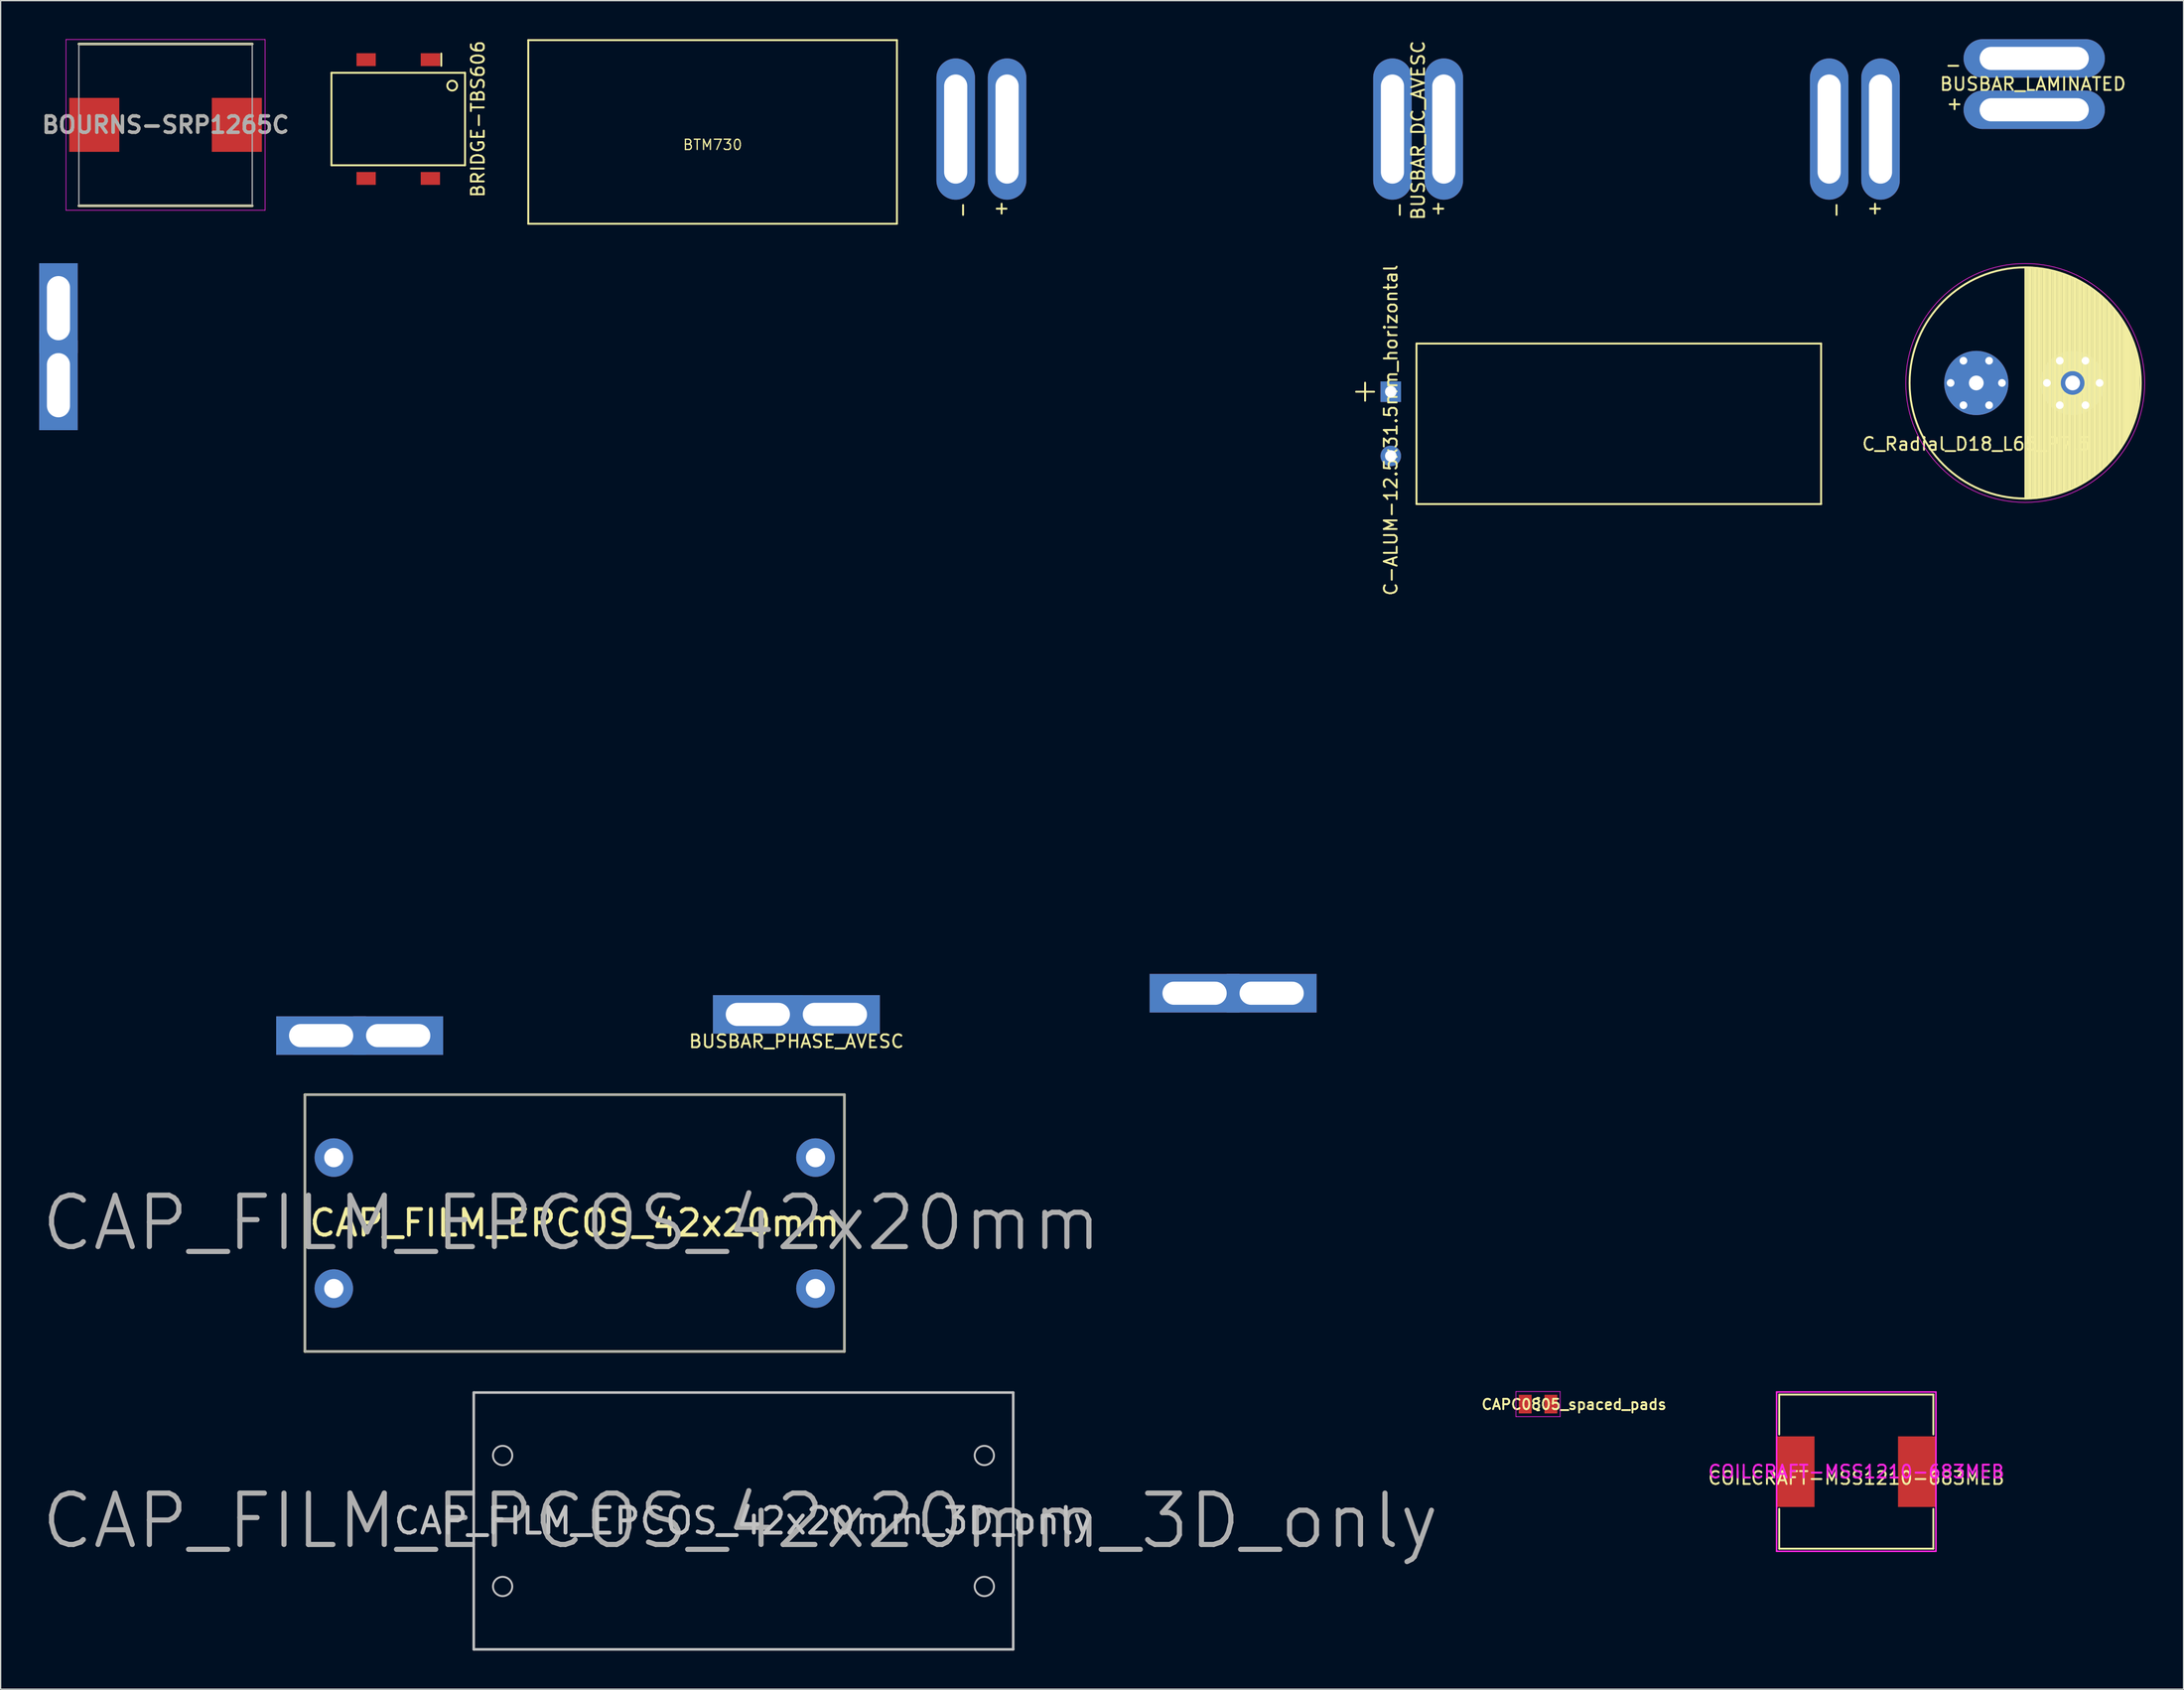
<source format=kicad_pcb>
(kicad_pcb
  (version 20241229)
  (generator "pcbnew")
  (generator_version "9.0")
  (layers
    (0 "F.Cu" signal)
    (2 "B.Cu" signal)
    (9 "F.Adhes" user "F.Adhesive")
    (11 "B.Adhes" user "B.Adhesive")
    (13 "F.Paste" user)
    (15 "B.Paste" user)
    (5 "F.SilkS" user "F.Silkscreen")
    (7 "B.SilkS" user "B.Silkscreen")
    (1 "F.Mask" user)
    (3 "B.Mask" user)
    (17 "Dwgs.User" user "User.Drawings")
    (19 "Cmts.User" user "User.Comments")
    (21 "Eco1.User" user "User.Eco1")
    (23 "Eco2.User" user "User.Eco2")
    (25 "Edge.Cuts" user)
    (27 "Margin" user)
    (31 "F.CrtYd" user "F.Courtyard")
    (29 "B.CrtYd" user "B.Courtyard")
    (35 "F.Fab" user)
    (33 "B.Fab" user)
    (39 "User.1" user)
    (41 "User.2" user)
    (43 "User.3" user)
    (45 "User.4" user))
  (footprint "CAP_FILM_EPCOS_42x20mm_3D_only"
    (layer "F.Cu")
    (at 54.831 115.4)
    (property "Reference" "CAP_FILM_EPCOS_42x20mm_3D_only" (at 0 0 0) (layer "Dwgs.User") (effects (font (size 2 2) (thickness 0.3))))
    (attr through_hole)
    (fp_line (start -21 -10) (end 21 -10) (stroke (width 0.2) (type solid)) (layer "Dwgs.User"))
    (fp_line (start -21 10) (end -21 -10) (stroke (width 0.2) (type solid)) (layer "Dwgs.User"))
    (fp_line (start 21 -10) (end 21 10) (stroke (width 0.2) (type solid)) (layer "Dwgs.User"))
    (fp_line (start 21 10) (end -21 10) (stroke (width 0.2) (type solid)) (layer "Dwgs.User"))
    (fp_circle (center -18.75 -5.1) (end -18 -5.05) (stroke (width 0.15) (type solid)) (fill no) (layer "Dwgs.User"))
    (fp_circle (center -18.75 5.1) (end -18 5.1) (stroke (width 0.15) (type solid)) (fill no) (layer "Dwgs.User"))
    (fp_circle (center 18.75 -5.1) (end 19.5 -5.1) (stroke (width 0.15) (type solid)) (fill no) (layer "Dwgs.User"))
    (fp_circle (center 18.75 5.1) (end 19.5 5.15) (stroke (width 0.15) (type solid)) (fill no) (layer "Dwgs.User"))
    (fp_text user "${REFERENCE}" (at -0.25 0 0) (layer "F.Fab") (effects (font (size 4 4) (thickness 0.4)))))
  (footprint "BRIDGE-TBS606"
    (layer "F.Cu")
    (at 27.954 6.22)
    (property "Reference" "BRIDGE-TBS606" (at 6.2 0 270) (layer "F.SilkS") (effects (font (size 1 1) (thickness 0.15))))
    (attr through_hole)
    (fp_line (start -5.2 -3.6) (end 5.2 -3.6) (stroke (width 0.15) (type solid)) (layer "F.SilkS"))
    (fp_line (start -5.2 3.6) (end -5.2 -3.6) (stroke (width 0.15) (type solid)) (layer "F.SilkS"))
    (fp_line (start 3.35 -5.1) (end 3.35 -4.15) (stroke (width 0.15) (type solid)) (layer "F.SilkS"))
    (fp_line (start 5.2 -3.6) (end 5.2 3.6) (stroke (width 0.15) (type solid)) (layer "F.SilkS"))
    (fp_line (start 5.2 3.6) (end -5.2 3.6) (stroke (width 0.15) (type solid)) (layer "F.SilkS"))
    (fp_circle (center 4.2 -2.6) (end 4.55 -2.45) (stroke (width 0.15) (type solid)) (fill no) (layer "F.SilkS"))
    (pad "1" smd rect (at 2.5 -4.625 90) (size 1 1.5) (layers "F.Cu" "F.Mask" "F.Paste"))
    (pad "2" smd rect (at -2.5 -4.625 90) (size 1 1.5) (layers "F.Cu" "F.Mask" "F.Paste"))
    (pad "3" smd rect (at -2.5 4.625 90) (size 1 1.5) (layers "F.Cu" "F.Mask" "F.Paste"))
    (pad "4" smd rect (at 2.5 4.625 90) (size 1 1.5) (layers "F.Cu" "F.Mask" "F.Paste")))
  (footprint "C_Radial_D18_L65_P7.5"
    (layer "F.Cu")
    (at 154.556 26.775)
    (property "Reference" "C_Radial_D18_L65_P7.5" (at -3.75 4.75 0) (layer "F.SilkS") (effects (font (size 1 1) (thickness 0.15))))
    (attr through_hole)
    (fp_line (start 0.075 -9) (end 0.075 9) (stroke (width 0.15) (type solid)) (layer "F.SilkS"))
    (fp_line (start 0.215 -8.997) (end 0.215 8.997) (stroke (width 0.15) (type solid)) (layer "F.SilkS"))
    (fp_line (start 0.355 -8.992) (end 0.355 8.992) (stroke (width 0.15) (type solid)) (layer "F.SilkS"))
    (fp_line (start 0.495 -8.985) (end 0.495 8.985) (stroke (width 0.15) (type solid)) (layer "F.SilkS"))
    (fp_line (start 0.635 -8.975) (end 0.635 8.975) (stroke (width 0.15) (type solid)) (layer "F.SilkS"))
    (fp_line (start 0.775 -8.962) (end 0.775 8.962) (stroke (width 0.15) (type solid)) (layer "F.SilkS"))
    (fp_line (start 0.915 -8.948) (end 0.915 8.948) (stroke (width 0.15) (type solid)) (layer "F.SilkS"))
    (fp_line (start 1.055 -8.93) (end 1.055 8.93) (stroke (width 0.15) (type solid)) (layer "F.SilkS"))
    (fp_line (start 1.195 -8.91) (end 1.195 8.91) (stroke (width 0.15) (type solid)) (layer "F.SilkS"))
    (fp_line (start 1.335 -8.888) (end 1.335 8.888) (stroke (width 0.15) (type solid)) (layer "F.SilkS"))
    (fp_line (start 1.475 -8.863) (end 1.475 8.863) (stroke (width 0.15) (type solid)) (layer "F.SilkS"))
    (fp_line (start 1.615 -8.835) (end 1.615 8.835) (stroke (width 0.15) (type solid)) (layer "F.SilkS"))
    (fp_line (start 1.755 -8.805) (end 1.755 8.805) (stroke (width 0.15) (type solid)) (layer "F.SilkS"))
    (fp_line (start 1.895 -8.772) (end 1.895 8.772) (stroke (width 0.15) (type solid)) (layer "F.SilkS"))
    (fp_line (start 2.035 -8.737) (end 2.035 8.737) (stroke (width 0.15) (type solid)) (layer "F.SilkS"))
    (fp_line (start 2.175 -8.699) (end 2.175 8.699) (stroke (width 0.15) (type solid)) (layer "F.SilkS"))
    (fp_line (start 2.315 -8.658) (end 2.315 8.658) (stroke (width 0.15) (type solid)) (layer "F.SilkS"))
    (fp_line (start 2.455 -8.614) (end 2.455 8.614) (stroke (width 0.15) (type solid)) (layer "F.SilkS"))
    (fp_line (start 2.595 -8.567) (end 2.595 8.567) (stroke (width 0.15) (type solid)) (layer "F.SilkS"))
    (fp_line (start 2.735 -8.518) (end 2.735 8.518) (stroke (width 0.15) (type solid)) (layer "F.SilkS"))
    (fp_line (start 2.875 -8.466) (end 2.875 -0.484) (stroke (width 0.15) (type solid)) (layer "F.SilkS"))
    (fp_line (start 2.875 0.484) (end 2.875 8.466) (stroke (width 0.15) (type solid)) (layer "F.SilkS"))
    (fp_line (start 3.015 -8.45) (end 3.015 -0.678) (stroke (width 0.15) (type solid)) (layer "F.SilkS"))
    (fp_line (start 3.015 0.678) (end 3.015 8.41) (stroke (width 0.15) (type solid)) (layer "F.SilkS"))
    (fp_line (start 3.155 -8.4) (end 3.155 -0.804) (stroke (width 0.15) (type solid)) (layer "F.SilkS"))
    (fp_line (start 3.155 0.804) (end 3.155 8.38) (stroke (width 0.15) (type solid)) (layer "F.SilkS"))
    (fp_line (start 3.295 -8.35) (end 3.295 -0.89) (stroke (width 0.15) (type solid)) (layer "F.SilkS"))
    (fp_line (start 3.295 0.89) (end 3.295 8.35) (stroke (width 0.15) (type solid)) (layer "F.SilkS"))
    (fp_line (start 3.435 -8.25) (end 3.435 -0.949) (stroke (width 0.15) (type solid)) (layer "F.SilkS"))
    (fp_line (start 3.435 0.949) (end 3.435 8.33) (stroke (width 0.15) (type solid)) (layer "F.SilkS"))
    (fp_line (start 3.575 -8.25) (end 3.575 -0.985) (stroke (width 0.15) (type solid)) (layer "F.SilkS"))
    (fp_line (start 3.575 0.985) (end 3.575 8.28) (stroke (width 0.15) (type solid)) (layer "F.SilkS"))
    (fp_line (start 3.715 -8.185) (end 3.715 -0.999) (stroke (width 0.15) (type solid)) (layer "F.SilkS"))
    (fp_line (start 3.715 0.999) (end 3.715 8.2) (stroke (width 0.15) (type solid)) (layer "F.SilkS"))
    (fp_line (start 3.855 -8.15) (end 3.855 -0.994) (stroke (width 0.15) (type solid)) (layer "F.SilkS"))
    (fp_line (start 3.855 0.994) (end 3.855 8.15) (stroke (width 0.15) (type solid)) (layer "F.SilkS"))
    (fp_line (start 3.995 -8.1) (end 3.995 -0.97) (stroke (width 0.15) (type solid)) (layer "F.SilkS"))
    (fp_line (start 3.995 0.97) (end 3.995 8.05) (stroke (width 0.15) (type solid)) (layer "F.SilkS"))
    (fp_line (start 4.135 -8) (end 4.135 -0.923) (stroke (width 0.15) (type solid)) (layer "F.SilkS"))
    (fp_line (start 4.135 0.923) (end 4.135 7.95) (stroke (width 0.15) (type solid)) (layer "F.SilkS"))
    (fp_line (start 4.275 -7.9) (end 4.275 -0.851) (stroke (width 0.15) (type solid)) (layer "F.SilkS"))
    (fp_line (start 4.275 0.851) (end 4.275 7.87) (stroke (width 0.15) (type solid)) (layer "F.SilkS"))
    (fp_line (start 4.415 -7.8) (end 4.415 -0.747) (stroke (width 0.15) (type solid)) (layer "F.SilkS"))
    (fp_line (start 4.415 0.747) (end 4.415 7.85) (stroke (width 0.15) (type solid)) (layer "F.SilkS"))
    (fp_line (start 4.555 -7.75) (end 4.555 -0.593) (stroke (width 0.15) (type solid)) (layer "F.SilkS"))
    (fp_line (start 4.555 0.593) (end 4.555 7.78) (stroke (width 0.15) (type solid)) (layer "F.SilkS"))
    (fp_line (start 4.695 -7.7) (end 4.695 -0.327) (stroke (width 0.15) (type solid)) (layer "F.SilkS"))
    (fp_line (start 4.695 0.327) (end 4.695 7.7) (stroke (width 0.15) (type solid)) (layer "F.SilkS"))
    (fp_line (start 4.835 -7.6) (end 4.835 7.6) (stroke (width 0.15) (type solid)) (layer "F.SilkS"))
    (fp_line (start 4.975 -7.5) (end 4.975 7.5) (stroke (width 0.15) (type solid)) (layer "F.SilkS"))
    (fp_line (start 5.115 -7.4) (end 5.115 7.4) (stroke (width 0.15) (type solid)) (layer "F.SilkS"))
    (fp_line (start 5.255 -7.3) (end 5.255 7.3) (stroke (width 0.15) (type solid)) (layer "F.SilkS"))
    (fp_line (start 5.395 -7.2) (end 5.395 7.2) (stroke (width 0.15) (type solid)) (layer "F.SilkS"))
    (fp_line (start 5.535 -7.1) (end 5.535 7.1) (stroke (width 0.15) (type solid)) (layer "F.SilkS"))
    (fp_line (start 5.675 -7) (end 5.675 7) (stroke (width 0.15) (type solid)) (layer "F.SilkS"))
    (fp_line (start 5.815 -6.9) (end 5.815 6.9) (stroke (width 0.15) (type solid)) (layer "F.SilkS"))
    (fp_line (start 5.955 -6.8) (end 5.955 6.8) (stroke (width 0.15) (type solid)) (layer "F.SilkS"))
    (fp_line (start 6.095 -6.6) (end 6.095 6.6) (stroke (width 0.15) (type solid)) (layer "F.SilkS"))
    (fp_line (start 6.235 -6.5) (end 6.235 6.5) (stroke (width 0.15) (type solid)) (layer "F.SilkS"))
    (fp_line (start 6.375 -6.4) (end 6.375 6.4) (stroke (width 0.15) (type solid)) (layer "F.SilkS"))
    (fp_line (start 6.515 -6.2) (end 6.515 6.2) (stroke (width 0.15) (type solid)) (layer "F.SilkS"))
    (fp_line (start 6.655 -6.1) (end 6.655 6.1) (stroke (width 0.15) (type solid)) (layer "F.SilkS"))
    (fp_line (start 6.795 -5.9) (end 6.795 5.9) (stroke (width 0.15) (type solid)) (layer "F.SilkS"))
    (fp_line (start 6.935 -5.8) (end 6.935 5.8) (stroke (width 0.15) (type solid)) (layer "F.SilkS"))
    (fp_line (start 7.075 -5.6) (end 7.075 5.6) (stroke (width 0.15) (type solid)) (layer "F.SilkS"))
    (fp_line (start 7.215 -5.45) (end 7.215 5.45) (stroke (width 0.15) (type solid)) (layer "F.SilkS"))
    (fp_line (start 7.355 -5.25) (end 7.355 5.25) (stroke (width 0.15) (type solid)) (layer "F.SilkS"))
    (fp_line (start 7.495 -5.05) (end 7.495 5.05) (stroke (width 0.15) (type solid)) (layer "F.SilkS"))
    (fp_line (start 7.635 -4.8) (end 7.635 4.8) (stroke (width 0.15) (type solid)) (layer "F.SilkS"))
    (fp_line (start 7.775 -4.6) (end 7.775 4.6) (stroke (width 0.15) (type solid)) (layer "F.SilkS"))
    (fp_line (start 7.909 4.394) (end 7.909 -4.318) (stroke (width 0.15) (type solid)) (layer "F.SilkS"))
    (fp_line (start 8.036 4.14) (end 8.036 -4.115) (stroke (width 0.15) (type solid)) (layer "F.SilkS"))
    (fp_line (start 8.163 -3.886) (end 8.163 3.835) (stroke (width 0.15) (type solid)) (layer "F.SilkS"))
    (fp_line (start 8.29 3.581) (end 8.29 -3.556) (stroke (width 0.15) (type solid)) (layer "F.SilkS"))
    (fp_line (start 8.417 -3.277) (end 8.417 3.251) (stroke (width 0.15) (type solid)) (layer "F.SilkS"))
    (fp_line (start 8.544 2.946) (end 8.544 -2.896) (stroke (width 0.15) (type solid)) (layer "F.SilkS"))
    (fp_line (start 8.671 -2.591) (end 8.671 2.489) (stroke (width 0.15) (type solid)) (layer "F.SilkS"))
    (fp_line (start 8.798 2.083) (end 8.772 -2.057) (stroke (width 0.15) (type solid)) (layer "F.SilkS"))
    (fp_line (start 8.899 -1.473) (end 8.925 1.346) (stroke (width 0.15) (type solid)) (layer "F.SilkS"))
    (fp_circle (center 0.06 0) (end 0.06 -9) (stroke (width 0.15) (type solid)) (fill no) (layer "F.SilkS"))
    (fp_circle (center 3.75 0) (end 3.75 -1) (stroke (width 0.15) (type solid)) (fill no) (layer "F.SilkS"))
    (fp_circle (center 0.06 0) (end 0.06 -9.3) (stroke (width 0.05) (type solid)) (fill no) (layer "F.CrtYd"))
    (pad "1" thru_hole circle (at -5.75 0) (size 0.8 0.8) (drill 0.6) (layers "*.Cu" "*.Mask"))
    (pad "1" thru_hole circle (at -4.75 -1.732) (size 0.8 0.8) (drill 0.6) (layers "*.Cu" "*.Mask"))
    (pad "1" thru_hole circle (at -4.75 1.732) (size 0.8 0.8) (drill 0.6) (layers "*.Cu" "*.Mask"))
    (pad "1" thru_hole circle (at -3.75 0) (size 5 5) (drill 1.15) (layers "*.Cu" "*.Mask"))
    (pad "1" thru_hole circle (at -2.75 -1.732) (size 0.8 0.8) (drill 0.6) (layers "*.Cu" "*.Mask"))
    (pad "1" thru_hole circle (at -2.75 1.732) (size 0.8 0.8) (drill 0.6) (layers "*.Cu" "*.Mask"))
    (pad "1" thru_hole circle (at -1.75 0) (size 0.8 0.8) (drill 0.6) (layers "*.Cu" "*.Mask"))
    (pad "2" thru_hole circle (at 1.75 0) (size 0.8 0.8) (drill 0.6) (layers "*.Cu" "*.Mask"))
    (pad "2" thru_hole circle (at 2.75 -1.732) (size 0.8 0.8) (drill 0.6) (layers "*.Cu" "*.Mask"))
    (pad "2" thru_hole circle (at 2.75 1.732) (size 0.8 0.8) (drill 0.6) (layers "*.Cu" "*.Mask"))
    (pad "2" thru_hole circle (at 3.75 0) (size 5 5) (drill 1.15) (layers "*.Cu" "*.Mask"))
    (pad "2" thru_hole circle (at 4.75 -1.732) (size 0.8 0.8) (drill 0.6) (layers "*.Cu" "*.Mask"))
    (pad "2" thru_hole circle (at 4.75 1.732) (size 0.8 0.8) (drill 0.6) (layers "*.Cu" "*.Mask"))
    (pad "2" thru_hole circle (at 5.85 0) (size 0.8 0.8) (drill 0.6) (layers "*.Cu" "*.Mask")))
  (footprint "CAPC0805_spaced_pads"
    (layer "F.Cu")
    (at 116.688 106.3)
    (property "Reference" "CAPC0805_spaced_pads" (at 2.8 0.025 0) (layer "F.SilkS") (effects (font (size 0.8 0.8) (thickness 0.15))))
    (attr smd)
    (fp_line (start -0.071 -0.471) (end 0.071 -0.471) (stroke (width 0.15) (type solid)) (layer "F.SilkS"))
    (fp_line (start -0.071 0.471) (end 0.071 0.471) (stroke (width 0.15) (type solid)) (layer "F.SilkS"))
    (fp_line (start 0.071 -0.471) (end -0.071 -0.471) (stroke (width 0.15) (type solid)) (layer "F.SilkS"))
    (fp_line (start 0.071 0.471) (end -0.071 0.471) (stroke (width 0.15) (type solid)) (layer "F.SilkS"))
    (fp_line (start -1.725 -0.975) (end 1.725 -0.975) (stroke (width 0.05) (type solid)) (layer "F.CrtYd"))
    (fp_line (start -1.725 0.975) (end -1.725 -0.975) (stroke (width 0.05) (type solid)) (layer "F.CrtYd"))
    (fp_line (start 1.725 -0.975) (end 1.725 0.975) (stroke (width 0.05) (type solid)) (layer "F.CrtYd"))
    (fp_line (start 1.725 0.975) (end -1.725 0.975) (stroke (width 0.05) (type solid)) (layer "F.CrtYd"))
    (pad "1" smd rect (at -1 0) (size 1 1.45) (layers "F.Cu" "F.Mask" "F.Paste"))
    (pad "2" smd rect (at 1 0) (size 1 1.45) (layers "F.Cu" "F.Mask" "F.Paste")))
  (footprint "BOURNS-SRP1265C"
    (layer "F.Cu")
    (at 9.839 6.675)
    (property "Reference" "BOURNS-SRP1265C" (at 0 0 0) (layer "F.SilkS") (effects (font (size 1.27 1.27) (thickness 0.254))))
    (attr smd)
    (fp_line (start -6.75 6.3) (end 6.75 6.3) (stroke (width 0.2) (type solid)) (layer "F.SilkS"))
    (fp_line (start 6.75 -6.3) (end -6.75 -6.3) (stroke (width 0.2) (type solid)) (layer "F.SilkS"))
    (fp_line (start -7.75 -6.65) (end 7.75 -6.65) (stroke (width 0.05) (type solid)) (layer "F.CrtYd"))
    (fp_line (start -7.75 6.65) (end -7.75 -6.65) (stroke (width 0.05) (type solid)) (layer "F.CrtYd"))
    (fp_line (start 7.75 -6.65) (end 7.75 6.65) (stroke (width 0.05) (type solid)) (layer "F.CrtYd"))
    (fp_line (start 7.75 6.65) (end -7.75 6.65) (stroke (width 0.05) (type solid)) (layer "F.CrtYd"))
    (fp_line (start -6.75 -6.3) (end 6.75 -6.3) (stroke (width 0.1) (type solid)) (layer "F.Fab"))
    (fp_line (start -6.75 6.3) (end -6.75 -6.3) (stroke (width 0.1) (type solid)) (layer "F.Fab"))
    (fp_line (start 6.75 -6.3) (end 6.75 6.3) (stroke (width 0.1) (type solid)) (layer "F.Fab"))
    (fp_line (start 6.75 6.3) (end -6.75 6.3) (stroke (width 0.1) (type solid)) (layer "F.Fab"))
    (fp_text user "${REFERENCE}" (at 0 0 0) (layer "F.Fab") (effects (font (size 1.27 1.27) (thickness 0.254))))
    (pad "1" smd rect (at -5.55 0) (size 3.9 4.2) (layers "F.Cu" "F.Mask" "F.Paste"))
    (pad "2" smd rect (at 5.55 0) (size 3.9 4.2) (layers "F.Cu" "F.Mask" "F.Paste")))
  (footprint "BTM730"
    (layer "F.Cu")
    (at 52.427 7.725)
    (property "Reference" "BTM730" (at 0 0.5 0) (layer "F.SilkS") (effects (font (size 0.8 0.8) (thickness 0.1))))
    (attr through_hole)
    (fp_line (start -14.35 -7.65) (end 14.35 -7.65) (stroke (width 0.15) (type solid)) (layer "F.SilkS"))
    (fp_line (start -14.35 6.65) (end -14.35 -7.65) (stroke (width 0.15) (type solid)) (layer "F.SilkS"))
    (fp_line (start 14.35 -7.65) (end 14.35 6.65) (stroke (width 0.15) (type solid)) (layer "F.SilkS"))
    (fp_line (start 14.35 6.65) (end -14.35 6.65) (stroke (width 0.15) (type solid)) (layer "F.SilkS")))
  (footprint "COILCRAFT-MSS1210-683MEB"
    (layer "F.Cu")
    (at 141.463 111.56)
    (property "Reference" "COILCRAFT-MSS1210-683MEB" (at 0 0.5 0) (layer "F.SilkS") (effects (font (size 1 1) (thickness 0.15))))
    (attr smd)
    (fp_line (start -6 -6) (end -6 -2.9) (stroke (width 0.15) (type solid)) (layer "F.SilkS"))
    (fp_line (start -6 -6) (end 6 -6) (stroke (width 0.15) (type solid)) (layer "F.SilkS"))
    (fp_line (start -6 6) (end -6 2.9) (stroke (width 0.15) (type solid)) (layer "F.SilkS"))
    (fp_line (start 6 -6) (end 6 -2.9) (stroke (width 0.15) (type solid)) (layer "F.SilkS"))
    (fp_line (start 6 2.9) (end 6 6) (stroke (width 0.15) (type solid)) (layer "F.SilkS"))
    (fp_line (start 6 6) (end -6 6) (stroke (width 0.15) (type solid)) (layer "F.SilkS"))
    (fp_line (start -6.2 -6.2) (end -6.2 6.2) (stroke (width 0.12) (type solid)) (layer "F.CrtYd"))
    (fp_line (start -6.2 6.2) (end 6.2 6.2) (stroke (width 0.12) (type solid)) (layer "F.CrtYd"))
    (fp_line (start 6.2 -6.2) (end -6.2 -6.2) (stroke (width 0.12) (type solid)) (layer "F.CrtYd"))
    (fp_line (start 6.2 6.2) (end 6.2 -6.2) (stroke (width 0.12) (type solid)) (layer "F.CrtYd"))
    (fp_text user "${REFERENCE}" (at 0 0 0) (layer "F.CrtYd") (effects (font (size 1 1) (thickness 0.15))))
    (pad "1" smd rect (at -4.75 0) (size 3 5.5) (layers "F.Cu" "F.Mask" "F.Paste"))
    (pad "2" smd rect (at 4.75 0) (size 3 5.5) (layers "F.Cu" "F.Mask" "F.Paste")))
  (footprint "CAP_FILM_EPCOS_42x20mm"
    (layer "F.Cu")
    (at 41.688 92.2)
    (property "Reference" "CAP_FILM_EPCOS_42x20mm" (at 0 0 0) (layer "F.SilkS") (effects (font (size 2 2) (thickness 0.3))))
    (attr through_hole)
    (fp_line (start -21 -10) (end 21 -10) (stroke (width 0.2) (type solid)) (layer "F.SilkS"))
    (fp_line (start -21 10) (end -21 -10) (stroke (width 0.2) (type solid)) (layer "F.SilkS"))
    (fp_line (start 21 -10) (end 21 10) (stroke (width 0.2) (type solid)) (layer "F.SilkS"))
    (fp_line (start 21 10) (end -21 10) (stroke (width 0.2) (type solid)) (layer "F.SilkS"))
    (fp_line (start -21 -10) (end 21 -10) (stroke (width 0.15) (type solid)) (layer "F.Fab"))
    (fp_line (start -21 10) (end -21 -10) (stroke (width 0.15) (type solid)) (layer "F.Fab"))
    (fp_line (start 21 -10) (end 21 10) (stroke (width 0.15) (type solid)) (layer "F.Fab"))
    (fp_line (start 21 10) (end -21 10) (stroke (width 0.15) (type solid)) (layer "F.Fab"))
    (fp_text user "${REFERENCE}" (at -0.25 0 0) (layer "F.Fab") (effects (font (size 4 4) (thickness 0.4))))
    (pad "1" thru_hole circle (at -18.75 -5.1) (size 3 3) (drill 1.5) (layers "*.Cu" "*.Mask"))
    (pad "1" thru_hole circle (at -18.75 5.1) (size 3 3) (drill 1.5) (layers "*.Cu" "*.Mask"))
    (pad "2" thru_hole circle (at 18.75 -5.1) (size 3 3) (drill 1.5) (layers "*.Cu" "*.Mask"))
    (pad "2" thru_hole circle (at 18.75 5.1) (size 3 3) (drill 1.5) (layers "*.Cu" "*.Mask")))
  (footprint "C-ALUM-12.5x31.5mm_horizontal"
    (layer "F.Cu")
    (at 105.225 29.956)
    (property "Reference" "C-ALUM-12.5x31.5mm_horizontal" (at 0 0.5 90) (layer "F.SilkS") (effects (font (size 1 1) (thickness 0.15))))
    (attr through_hole)
    (fp_line (start -2 -3.2) (end -2 -1.8) (stroke (width 0.15) (type solid)) (layer "F.SilkS"))
    (fp_line (start -1.3 -2.5) (end -2.7 -2.5) (stroke (width 0.15) (type solid)) (layer "F.SilkS"))
    (fp_line (start 2 -6.25) (end 2 6.25) (stroke (width 0.15) (type solid)) (layer "F.SilkS"))
    (fp_line (start 2 6.25) (end 33.5 6.25) (stroke (width 0.15) (type solid)) (layer "F.SilkS"))
    (fp_line (start 33.5 -6.25) (end 2 -6.25) (stroke (width 0.15) (type solid)) (layer "F.SilkS"))
    (fp_line (start 33.5 6.25) (end 33.5 -6.25) (stroke (width 0.15) (type solid)) (layer "F.SilkS"))
    (pad "1" thru_hole rect (at 0 -2.5) (size 1.6 1.6) (drill 0.9) (layers "*.Cu" "*.Mask"))
    (pad "2" thru_hole circle (at 0 2.5) (size 1.6 1.6) (drill 0.9) (layers "*.Cu" "*.Mask")))
  (footprint "BUSBAR_DC_AVESC"
    (layer "F.Cu")
    (at 107.352 7.001)
    (property "Reference" "BUSBAR_DC_AVESC" (at 0 0.1 90) (layer "F.SilkS") (effects (font (size 1 1) (thickness 0.15))))
    (attr through_hole)
    (fp_text user "-" (at -1.5 6.3 90) (layer "F.SilkS") (effects (font (size 1 1) (thickness 0.15))))
    (fp_text user "+" (at -32.5 6.2 90) (layer "F.SilkS") (effects (font (size 1 1) (thickness 0.15))))
    (fp_text user "+" (at 35.5 6.2 90) (layer "F.SilkS") (effects (font (size 1 1) (thickness 0.15))))
    (fp_text user "+" (at 1.5 6.2 90) (layer "F.SilkS") (effects (font (size 1 1) (thickness 0.15))))
    (fp_text user "-" (at 32.5 6.3 90) (layer "F.SilkS") (effects (font (size 1 1) (thickness 0.15))))
    (fp_text user "-" (at -35.5 6.3 90) (layer "F.SilkS") (effects (font (size 1 1) (thickness 0.15))))
    (pad "1" thru_hole oval (at -36 0 90) (size 11 3) (drill oval 8.5 1.8) (layers "*.Cu" "*.Mask"))
    (pad "1" thru_hole oval (at -2 0 90) (size 11 3) (drill oval 8.5 1.8) (layers "*.Cu" "*.Mask"))
    (pad "1" thru_hole oval (at 32 0 90) (size 11 3) (drill oval 8.5 1.8) (layers "*.Cu" "*.Mask"))
    (pad "2" thru_hole oval (at -32 0 90) (size 11 3) (drill oval 8.5 1.8) (layers "*.Cu" "*.Mask"))
    (pad "2" thru_hole oval (at 2 0 90) (size 11 3) (drill oval 8.5 1.8) (layers "*.Cu" "*.Mask"))
    (pad "2" thru_hole oval (at 36 0 90) (size 11 3) (drill oval 8.5 1.8) (layers "*.Cu" "*.Mask")))
  (footprint "BUSBAR_PHASE_AVESC"
    (layer "F.Cu")
    (at 58.95 75.95)
    (property "Reference" "BUSBAR_PHASE_AVESC" (at 0 2.1 0) (layer "F.SilkS") (effects (font (size 1 1) (thickness 0.15))))
    (attr through_hole)
    (pad "" thru_hole rect (at -57.45 -55 90) (size 7 3) (drill oval 5 1.8) (layers "*.Cu" "*.Mask"))
    (pad "" thru_hole rect (at -57.45 -49 90) (size 7 3) (drill oval 5 1.8) (layers "*.Cu" "*.Mask"))
    (pad "1" thru_hole rect (at -37 1.65) (size 7 3) (drill oval 5 1.8) (layers "*.Cu" "*.Mask"))
    (pad "1" thru_hole rect (at -31 1.65) (size 7 3) (drill oval 5 1.8) (layers "*.Cu" "*.Mask"))
    (pad "2" thru_hole rect (at -3 0) (size 7 3) (drill oval 5 1.8) (layers "*.Cu" "*.Mask"))
    (pad "2" thru_hole rect (at 3 0) (size 7 3) (drill oval 5 1.8) (layers "*.Cu" "*.Mask"))
    (pad "3" thru_hole rect (at 31 -1.65) (size 7 3) (drill oval 5 1.8) (layers "*.Cu" "*.Mask"))
    (pad "3" thru_hole rect (at 37 -1.65) (size 7 3) (drill oval 5 1.8) (layers "*.Cu" "*.Mask")))
  (footprint "BUSBAR_LAMINATED"
    (layer "F.Cu")
    (at 155.315 3.5)
    (property "Reference" "BUSBAR_LAMINATED" (at -0.1 0 0) (layer "F.SilkS") (effects (font (size 1 1) (thickness 0.15))))
    (attr through_hole)
    (fp_text user "-" (at -6.3 -1.5 0) (layer "F.SilkS") (effects (font (size 1 1) (thickness 0.15))))
    (fp_text user "+" (at -6.2 1.5 0) (layer "F.SilkS") (effects (font (size 1 1) (thickness 0.15))))
    (pad "1" thru_hole oval (at 0 -2) (size 11 3) (drill oval 8.5 1.8) (layers "*.Cu" "*.Mask"))
    (pad "2" thru_hole oval (at 0 2) (size 11 3) (drill oval 8.5 1.8) (layers "*.Cu" "*.Mask")))
  (gr_rect
    (start -3 -3)
    (end 166.941 128.5)
    (stroke (width 0.1) (type default))
    (fill no)
    (layer "Edge.Cuts")))
</source>
